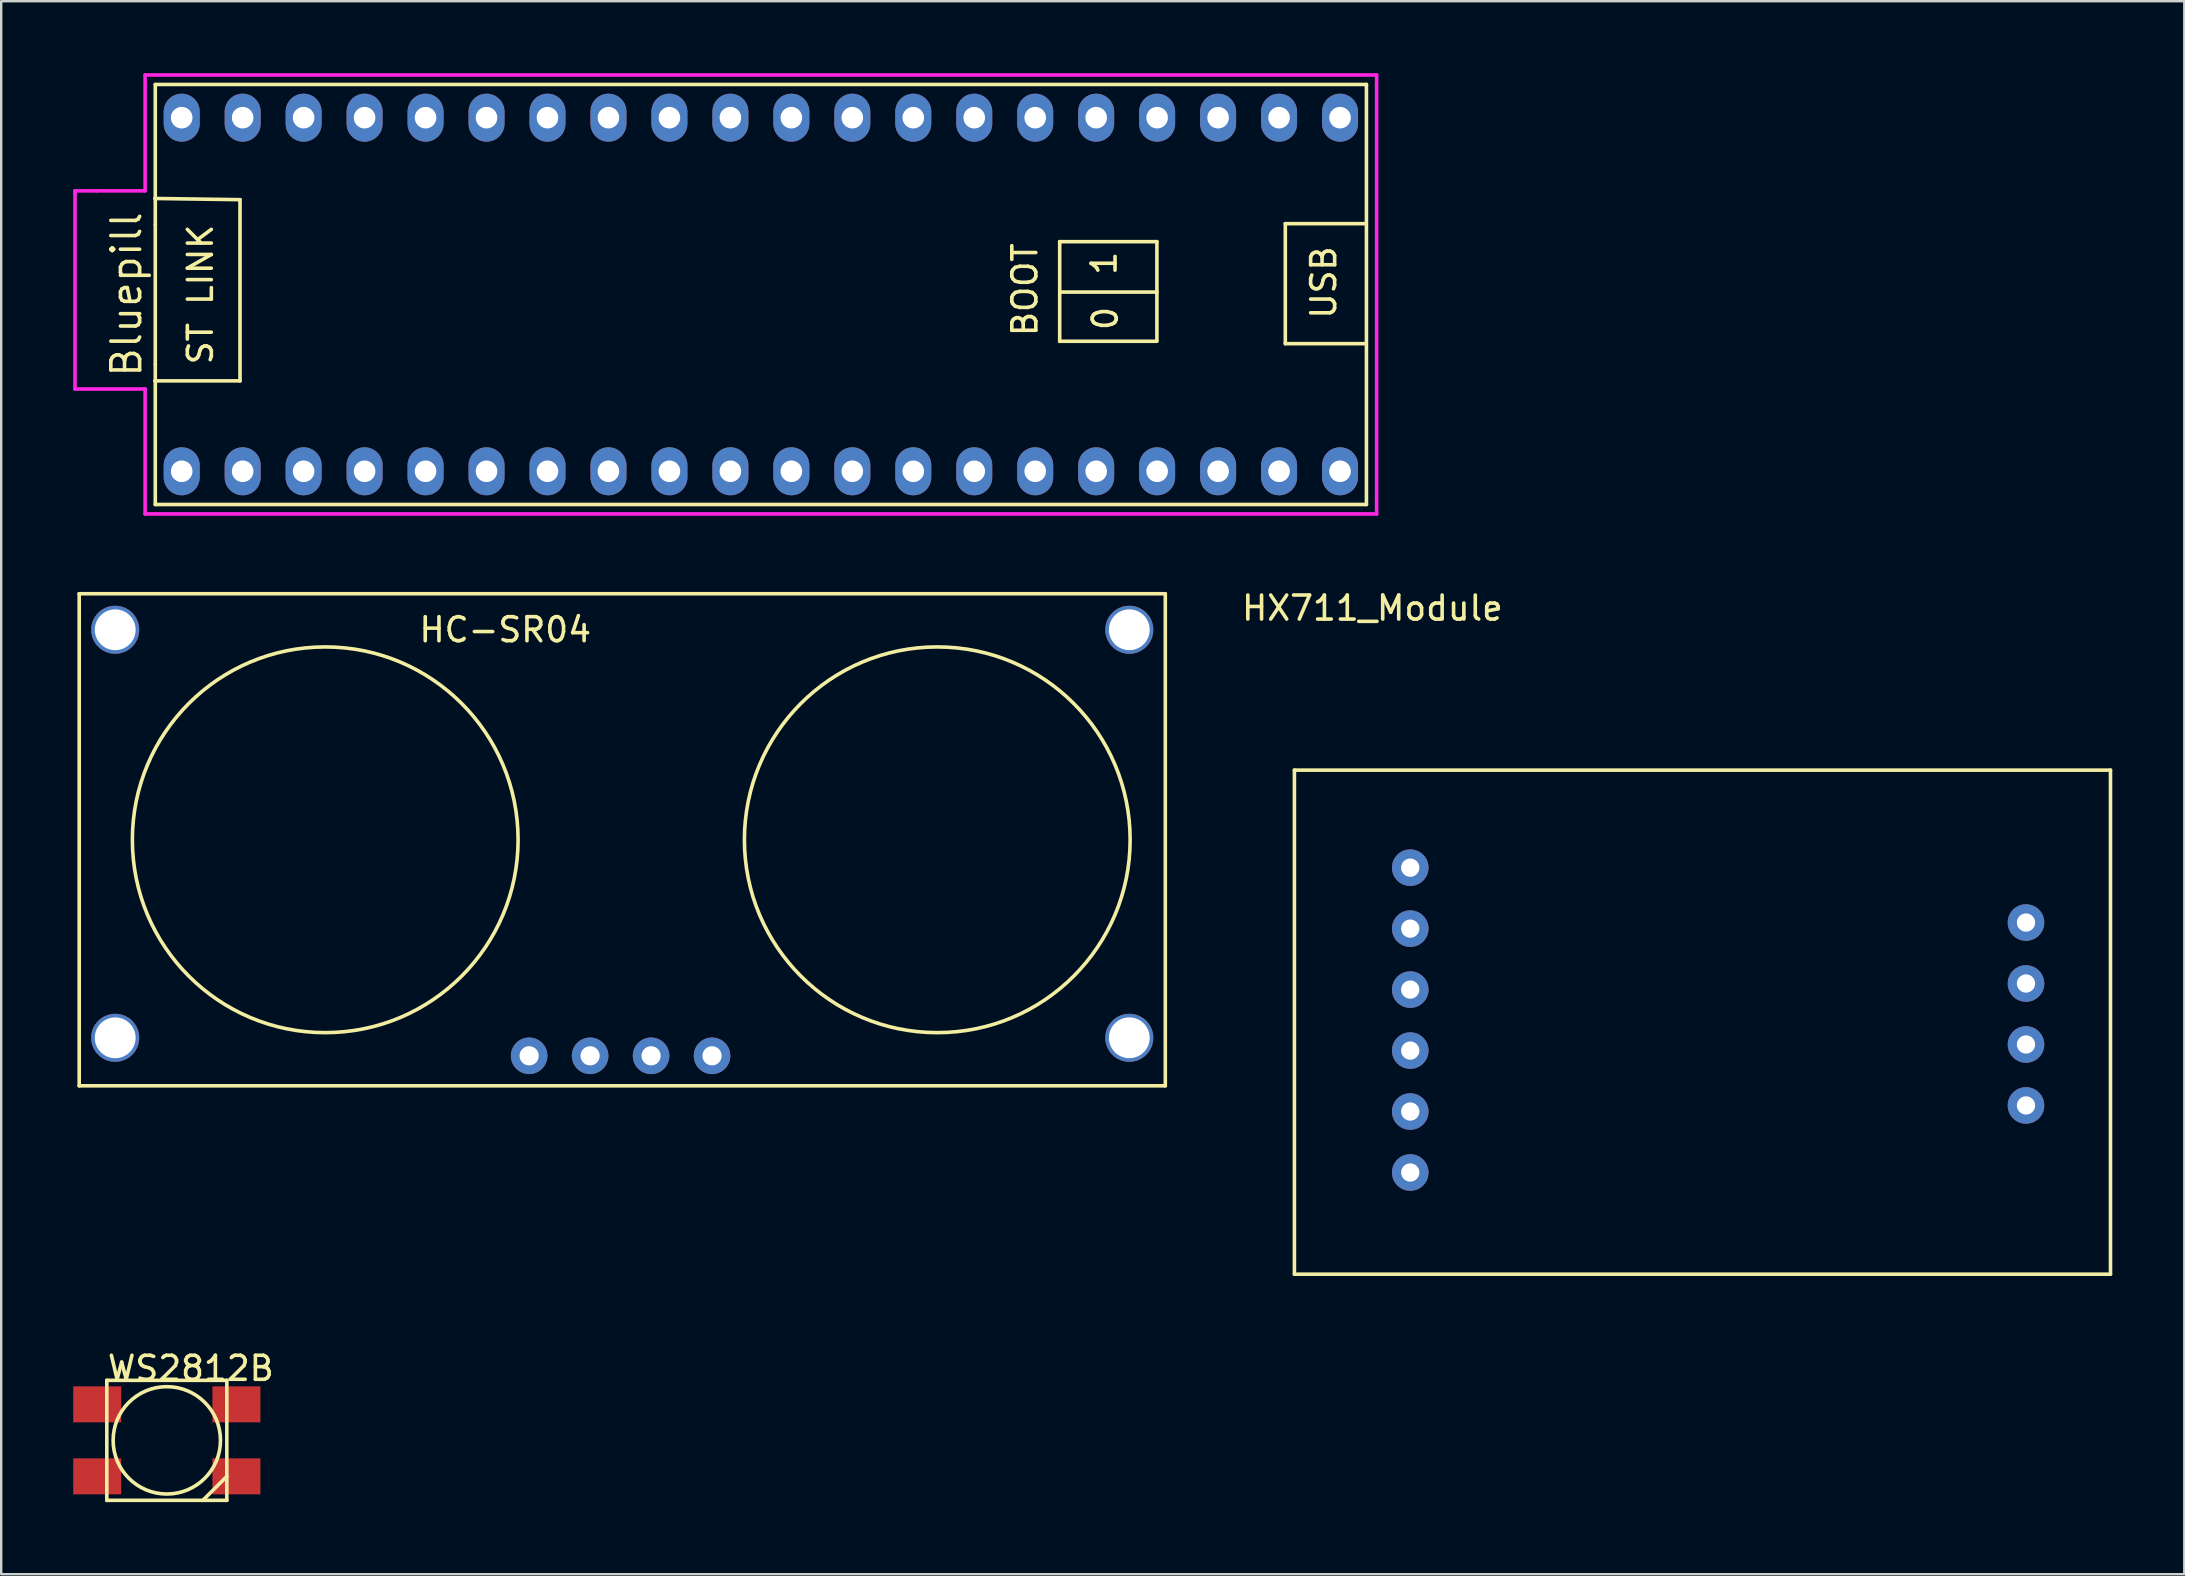
<source format=kicad_pcb>
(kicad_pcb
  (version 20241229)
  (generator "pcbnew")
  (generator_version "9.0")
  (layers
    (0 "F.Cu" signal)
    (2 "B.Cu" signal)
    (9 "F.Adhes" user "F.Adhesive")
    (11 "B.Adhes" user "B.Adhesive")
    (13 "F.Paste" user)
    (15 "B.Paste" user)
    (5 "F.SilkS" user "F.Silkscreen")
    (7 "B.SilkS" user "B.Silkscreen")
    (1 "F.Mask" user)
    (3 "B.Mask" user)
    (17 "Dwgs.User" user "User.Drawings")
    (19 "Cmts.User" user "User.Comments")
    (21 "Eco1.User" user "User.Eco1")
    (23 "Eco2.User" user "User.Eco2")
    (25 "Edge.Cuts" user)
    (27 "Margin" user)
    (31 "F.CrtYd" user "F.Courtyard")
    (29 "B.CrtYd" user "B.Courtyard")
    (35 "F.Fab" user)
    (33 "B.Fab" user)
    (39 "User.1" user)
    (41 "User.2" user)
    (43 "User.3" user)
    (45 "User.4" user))
  (footprint "WS2812B"
    (layer "F.Cu")
    (at 3.9 56.959)
    (property "Reference" "WS2812B" (at 1 -3 0) (layer "F.SilkS") (effects (font (size 1 1) (thickness 0.15))))
    (attr through_hole)
    (fp_line (start -2.5 -2.5) (end 2.5 -2.5) (stroke (width 0.15) (type solid)) (layer "F.SilkS"))
    (fp_line (start -2.5 2.5) (end -2.5 -2.5) (stroke (width 0.15) (type solid)) (layer "F.SilkS"))
    (fp_line (start 2.5 -2.5) (end 2.5 2.5) (stroke (width 0.15) (type solid)) (layer "F.SilkS"))
    (fp_line (start 2.5 1.5) (end 1.5 2.5) (stroke (width 0.15) (type solid)) (layer "F.SilkS"))
    (fp_line (start 2.5 2.5) (end -2.5 2.5) (stroke (width 0.15) (type solid)) (layer "F.SilkS"))
    (fp_circle (center 0 0) (end 2 1) (stroke (width 0.15) (type solid)) (fill no) (layer "F.SilkS"))
    (pad "1" smd trapezoid (at 2.9 1.5) (size 2 1.5) (layers "F.Cu" "F.Mask" "F.Paste"))
    (pad "2" smd trapezoid (at 2.9 -1.5) (size 2 1.5) (layers "F.Cu" "F.Mask" "F.Paste"))
    (pad "3" smd trapezoid (at -2.9 -1.5) (size 2 1.5) (layers "F.Cu" "F.Mask" "F.Paste"))
    (pad "4" smd trapezoid (at -2.9 1.5) (size 2 1.5) (layers "F.Cu" "F.Mask" "F.Paste")))
  (footprint "HC-SR04"
    (layer "F.Cu")
    (at 0.25 21.688)
    (property "Reference" "HC-SR04" (at 17.75 1.5 0) (layer "F.SilkS") (effects (font (size 1 1) (thickness 0.15))))
    (attr through_hole)
    (fp_line (start 0 0) (end 45.25 0) (stroke (width 0.15) (type solid)) (layer "F.SilkS"))
    (fp_line (start 0 20.5) (end 0 0) (stroke (width 0.15) (type solid)) (layer "F.SilkS"))
    (fp_line (start 45.25 0) (end 45.25 20.5) (stroke (width 0.15) (type solid)) (layer "F.SilkS"))
    (fp_line (start 45.25 20.5) (end 0 20.5) (stroke (width 0.15) (type solid)) (layer "F.SilkS"))
    (fp_circle (center 10.25 10.25) (end 11 18.25) (stroke (width 0.15) (type solid)) (fill no) (layer "F.SilkS"))
    (fp_circle (center 35.75 10.25) (end 36.5 18.25) (stroke (width 0.15) (type solid)) (fill no) (layer "F.SilkS"))
    (pad "" np_thru_hole circle (at 1.5 1.5) (size 2 2) (drill 1.7) (layers "*.Cu" "*.Mask"))
    (pad "" np_thru_hole circle (at 1.5 18.5) (size 2 2) (drill 1.7) (layers "*.Cu" "*.Mask"))
    (pad "" np_thru_hole circle (at 43.75 1.5) (size 2 2) (drill 1.7) (layers "*.Cu" "*.Mask"))
    (pad "" np_thru_hole circle (at 43.75 18.5) (size 2 2) (drill 1.7) (layers "*.Cu" "*.Mask"))
    (pad "1" thru_hole circle (at 18.746 19.25) (size 1.524 1.524) (drill 0.8) (layers "*.Cu" "*.Mask"))
    (pad "2" thru_hole circle (at 21.286 19.25) (size 1.524 1.524) (drill 0.8) (layers "*.Cu" "B.Mask"))
    (pad "3" thru_hole circle (at 23.826 19.25) (size 1.524 1.524) (drill 0.8) (layers "*.Cu" "*.Mask"))
    (pad "4" thru_hole circle (at 26.366 19.25) (size 1.524 1.524) (drill 0.8) (layers "*.Cu" "*.Mask")))
  (footprint "Bluepill"
    (layer "F.Cu")
    (at 28.65 9.219)
    (property "Reference" "Bluepill" (at -26.43 0 90) (layer "F.SilkS") (effects (font (size 1.2 1.2) (thickness 0.15))))
    (attr through_hole)
    (fp_line (start -25.25 -4) (end -21.7 -3.95) (stroke (width 0.15) (type solid)) (layer "F.SilkS"))
    (fp_line (start -25.23 -8.75) (end -25.23 -2.917) (stroke (width 0.15) (type solid)) (layer "F.SilkS"))
    (fp_line (start -25.23 -2.917) (end -25.23 2.917) (stroke (width 0.15) (type solid)) (layer "F.SilkS"))
    (fp_line (start -25.23 2.917) (end -25.23 8.75) (stroke (width 0.15) (type solid)) (layer "F.SilkS"))
    (fp_line (start -25.23 8.75) (end 25.23 8.75) (stroke (width 0.15) (type solid)) (layer "F.SilkS"))
    (fp_line (start -21.7 -3.95) (end -21.7 3.6) (stroke (width 0.15) (type solid)) (layer "F.SilkS"))
    (fp_line (start -21.7 3.6) (end -25.25 3.6) (stroke (width 0.15) (type solid)) (layer "F.SilkS"))
    (fp_line (start 12.45 -2.2) (end 12.45 1.95) (stroke (width 0.15) (type solid)) (layer "F.SilkS"))
    (fp_line (start 12.45 1.95) (end 16.5 1.95) (stroke (width 0.15) (type solid)) (layer "F.SilkS"))
    (fp_line (start 12.5 -0.1) (end 16.5 -0.1) (stroke (width 0.15) (type solid)) (layer "F.SilkS"))
    (fp_line (start 16.5 -2.2) (end 12.45 -2.2) (stroke (width 0.15) (type solid)) (layer "F.SilkS"))
    (fp_line (start 16.5 1.9) (end 16.5 -2.2) (stroke (width 0.15) (type solid)) (layer "F.SilkS"))
    (fp_line (start 21.85 -2.95) (end 21.85 2.05) (stroke (width 0.15) (type solid)) (layer "F.SilkS"))
    (fp_line (start 21.85 2.05) (end 25.2 2.05) (stroke (width 0.15) (type solid)) (layer "F.SilkS"))
    (fp_line (start 25.2 -2.95) (end 21.85 -2.95) (stroke (width 0.15) (type solid)) (layer "F.SilkS"))
    (fp_line (start 25.23 -8.75) (end -25.23 -8.75) (stroke (width 0.15) (type solid)) (layer "F.SilkS"))
    (fp_line (start 25.23 8.75) (end 25.23 -8.75) (stroke (width 0.15) (type solid)) (layer "F.SilkS"))
    (fp_line (start -28.575 -4.318) (end -27.686 -4.318) (stroke (width 0.15) (type solid)) (layer "F.CrtYd"))
    (fp_line (start -28.575 -4.191) (end -28.575 -4.318) (stroke (width 0.15) (type solid)) (layer "F.CrtYd"))
    (fp_line (start -28.575 3.937) (end -28.575 -4.191) (stroke (width 0.15) (type solid)) (layer "F.CrtYd"))
    (fp_line (start -27.686 -4.318) (end -25.654 -4.318) (stroke (width 0.15) (type solid)) (layer "F.CrtYd"))
    (fp_line (start -25.654 -9.144) (end 25.654 -9.144) (stroke (width 0.15) (type solid)) (layer "F.CrtYd"))
    (fp_line (start -25.654 -4.318) (end -25.654 -9.144) (stroke (width 0.15) (type solid)) (layer "F.CrtYd"))
    (fp_line (start -25.654 3.937) (end -28.575 3.937) (stroke (width 0.15) (type solid)) (layer "F.CrtYd"))
    (fp_line (start -25.654 9.144) (end -25.654 3.937) (stroke (width 0.15) (type solid)) (layer "F.CrtYd"))
    (fp_line (start 25.654 -9.144) (end 25.654 9.144) (stroke (width 0.15) (type solid)) (layer "F.CrtYd"))
    (fp_line (start 25.654 9.144) (end -25.654 9.144) (stroke (width 0.15) (type solid)) (layer "F.CrtYd"))
    (fp_text user "ST LINK" (at -23.35 0 90) (layer "F.SilkS") (effects (font (size 1 1) (thickness 0.15))))
    (fp_text user "1" (at 14.3 -1.3 90) (layer "F.SilkS") (effects (font (size 1 1) (thickness 0.15))))
    (fp_text user "BOOT" (at 11 -0.2 90) (layer "F.SilkS") (effects (font (size 1 1) (thickness 0.15))))
    (fp_text user "USB" (at 23.45 -0.5 90) (layer "F.SilkS") (effects (font (size 1 1) (thickness 0.15))))
    (fp_text user "0" (at 14.35 1 90) (layer "F.SilkS") (effects (font (size 1 1) (thickness 0.15))))
    (pad "1" thru_hole oval (at -24.13 7.366) (size 1.5 2) (drill 0.9) (layers "*.Cu" "*.Mask"))
    (pad "2" thru_hole oval (at -21.59 7.366) (size 1.5 2) (drill 0.9) (layers "*.Cu" "*.Mask"))
    (pad "3" thru_hole oval (at -19.05 7.366) (size 1.5 2) (drill 0.9) (layers "*.Cu" "*.Mask"))
    (pad "4" thru_hole oval (at -16.51 7.366) (size 1.5 2) (drill 0.9) (layers "*.Cu" "*.Mask"))
    (pad "5" thru_hole oval (at -13.97 7.366) (size 1.5 2) (drill 0.9) (layers "*.Cu" "*.Mask"))
    (pad "6" thru_hole oval (at -11.43 7.366) (size 1.5 2) (drill 0.9) (layers "*.Cu" "*.Mask"))
    (pad "7" thru_hole oval (at -8.89 7.366) (size 1.5 2) (drill 0.9) (layers "*.Cu" "*.Mask"))
    (pad "8" thru_hole oval (at -6.35 7.366) (size 1.5 2) (drill 0.9) (layers "*.Cu" "*.Mask"))
    (pad "9" thru_hole oval (at -3.81 7.366) (size 1.5 2) (drill 0.9) (layers "*.Cu" "*.Mask"))
    (pad "10" thru_hole oval (at -1.27 7.366) (size 1.5 2) (drill 0.9) (layers "*.Cu" "*.Mask"))
    (pad "11" thru_hole oval (at 1.27 7.366) (size 1.5 2) (drill 0.9) (layers "*.Cu" "*.Mask"))
    (pad "12" thru_hole oval (at 3.81 7.366) (size 1.5 2) (drill 0.9) (layers "*.Cu" "*.Mask"))
    (pad "13" thru_hole oval (at 6.35 7.366) (size 1.5 2) (drill 0.9) (layers "*.Cu" "*.Mask"))
    (pad "14" thru_hole oval (at 8.89 7.366) (size 1.5 2) (drill 0.9) (layers "*.Cu" "*.Mask"))
    (pad "15" thru_hole oval (at 11.43 7.366) (size 1.5 2) (drill 0.9) (layers "*.Cu" "*.Mask"))
    (pad "16" thru_hole oval (at 13.97 7.366) (size 1.5 2) (drill 0.9) (layers "*.Cu" "*.Mask"))
    (pad "17" thru_hole oval (at 16.51 7.366) (size 1.5 2) (drill 0.9) (layers "*.Cu" "*.Mask"))
    (pad "18" thru_hole oval (at 19.05 7.366) (size 1.5 2) (drill 0.9) (layers "*.Cu" "*.Mask"))
    (pad "19" thru_hole oval (at 21.59 7.366) (size 1.5 2) (drill 0.9) (layers "*.Cu" "*.Mask"))
    (pad "20" thru_hole oval (at 24.13 7.366) (size 1.5 2) (drill 0.9) (layers "*.Cu" "*.Mask"))
    (pad "21" thru_hole oval (at 24.13 -7.366) (size 1.5 2) (drill 0.9) (layers "*.Cu" "*.Mask"))
    (pad "22" thru_hole oval (at 21.59 -7.366) (size 1.5 2) (drill 0.9) (layers "*.Cu" "*.Mask"))
    (pad "23" thru_hole oval (at 19.05 -7.366) (size 1.5 2) (drill 0.9) (layers "*.Cu" "*.Mask"))
    (pad "24" thru_hole oval (at 16.51 -7.366) (size 1.5 2) (drill 0.9) (layers "*.Cu" "*.Mask"))
    (pad "25" thru_hole oval (at 13.97 -7.366) (size 1.5 2) (drill 0.9) (layers "*.Cu" "*.Mask"))
    (pad "26" thru_hole oval (at 11.43 -7.366) (size 1.5 2) (drill 0.9) (layers "*.Cu" "*.Mask"))
    (pad "27" thru_hole oval (at 8.89 -7.366) (size 1.5 2) (drill 0.9) (layers "*.Cu" "*.Mask"))
    (pad "28" thru_hole oval (at 6.35 -7.366) (size 1.5 2) (drill 0.9) (layers "*.Cu" "*.Mask"))
    (pad "29" thru_hole oval (at 3.81 -7.366) (size 1.5 2) (drill 0.9) (layers "*.Cu" "*.Mask"))
    (pad "30" thru_hole oval (at 1.27 -7.366) (size 1.5 2) (drill 0.9) (layers "*.Cu" "*.Mask"))
    (pad "31" thru_hole oval (at -1.27 -7.366) (size 1.5 2) (drill 0.9) (layers "*.Cu" "*.Mask"))
    (pad "32" thru_hole oval (at -3.81 -7.366) (size 1.5 2) (drill 0.9) (layers "*.Cu" "*.Mask"))
    (pad "33" thru_hole oval (at -6.35 -7.366) (size 1.5 2) (drill 0.9) (layers "*.Cu" "*.Mask"))
    (pad "34" thru_hole oval (at -8.89 -7.366) (size 1.5 2) (drill 0.9) (layers "*.Cu" "*.Mask"))
    (pad "35" thru_hole oval (at -11.43 -7.366) (size 1.5 2) (drill 0.9) (layers "*.Cu" "*.Mask"))
    (pad "36" thru_hole oval (at -13.97 -7.366) (size 1.5 2) (drill 0.9) (layers "*.Cu" "*.Mask"))
    (pad "37" thru_hole oval (at -16.51 -7.366) (size 1.5 2) (drill 0.9) (layers "*.Cu" "*.Mask"))
    (pad "38" thru_hole oval (at -19.05 -7.366) (size 1.5 2) (drill 0.9) (layers "*.Cu" "*.Mask"))
    (pad "39" thru_hole oval (at -21.59 -7.366) (size 1.5 2) (drill 0.9) (layers "*.Cu" "*.Mask"))
    (pad "40" thru_hole oval (at -24.13 -7.366) (size 1.5 2) (drill 0.9) (layers "*.Cu" "*.Mask")))
  (footprint "HX711_Module"
    (layer "F.Cu")
    (at 50.879 29.036)
    (property "Reference" "HX711_Module" (at 3.25 -6.75 0) (layer "F.SilkS") (effects (font (size 1 1) (thickness 0.15))))
    (attr through_hole)
    (fp_line (start 0 0) (end 34 0) (stroke (width 0.15) (type solid)) (layer "F.SilkS"))
    (fp_line (start 0 21) (end 0 0) (stroke (width 0.15) (type solid)) (layer "F.SilkS"))
    (fp_line (start 34 0) (end 34 21) (stroke (width 0.15) (type solid)) (layer "F.SilkS"))
    (fp_line (start 34 21) (end 0 21) (stroke (width 0.15) (type solid)) (layer "F.SilkS"))
    (pad "1" thru_hole circle (at 30.48 6.35) (size 1.524 1.524) (drill 0.762) (layers "*.Cu" "*.Mask"))
    (pad "2" thru_hole circle (at 30.48 8.89) (size 1.524 1.524) (drill 0.762) (layers "*.Cu" "*.Mask"))
    (pad "3" thru_hole circle (at 30.48 11.43) (size 1.524 1.524) (drill 0.762) (layers "*.Cu" "*.Mask"))
    (pad "4" thru_hole circle (at 30.48 13.97) (size 1.524 1.524) (drill 0.762) (layers "*.Cu" "*.Mask"))
    (pad "5" thru_hole circle (at 4.826 4.064) (size 1.524 1.524) (drill 0.762) (layers "*.Cu" "*.Mask"))
    (pad "6" thru_hole circle (at 4.826 6.604) (size 1.524 1.524) (drill 0.762) (layers "*.Cu" "*.Mask"))
    (pad "7" thru_hole circle (at 4.826 9.144) (size 1.524 1.524) (drill 0.762) (layers "*.Cu" "*.Mask"))
    (pad "8" thru_hole circle (at 4.826 11.684) (size 1.524 1.524) (drill 0.762) (layers "*.Cu" "*.Mask"))
    (pad "9" thru_hole circle (at 4.826 14.224) (size 1.524 1.524) (drill 0.762) (layers "*.Cu" "*.Mask"))
    (pad "10" thru_hole circle (at 4.826 16.764) (size 1.524 1.524) (drill 0.762) (layers "*.Cu" "*.Mask")))
  (gr_rect
    (start -3 -3)
    (end 87.954 62.535)
    (stroke (width 0.1) (type default))
    (fill no)
    (layer "Edge.Cuts")))
</source>
